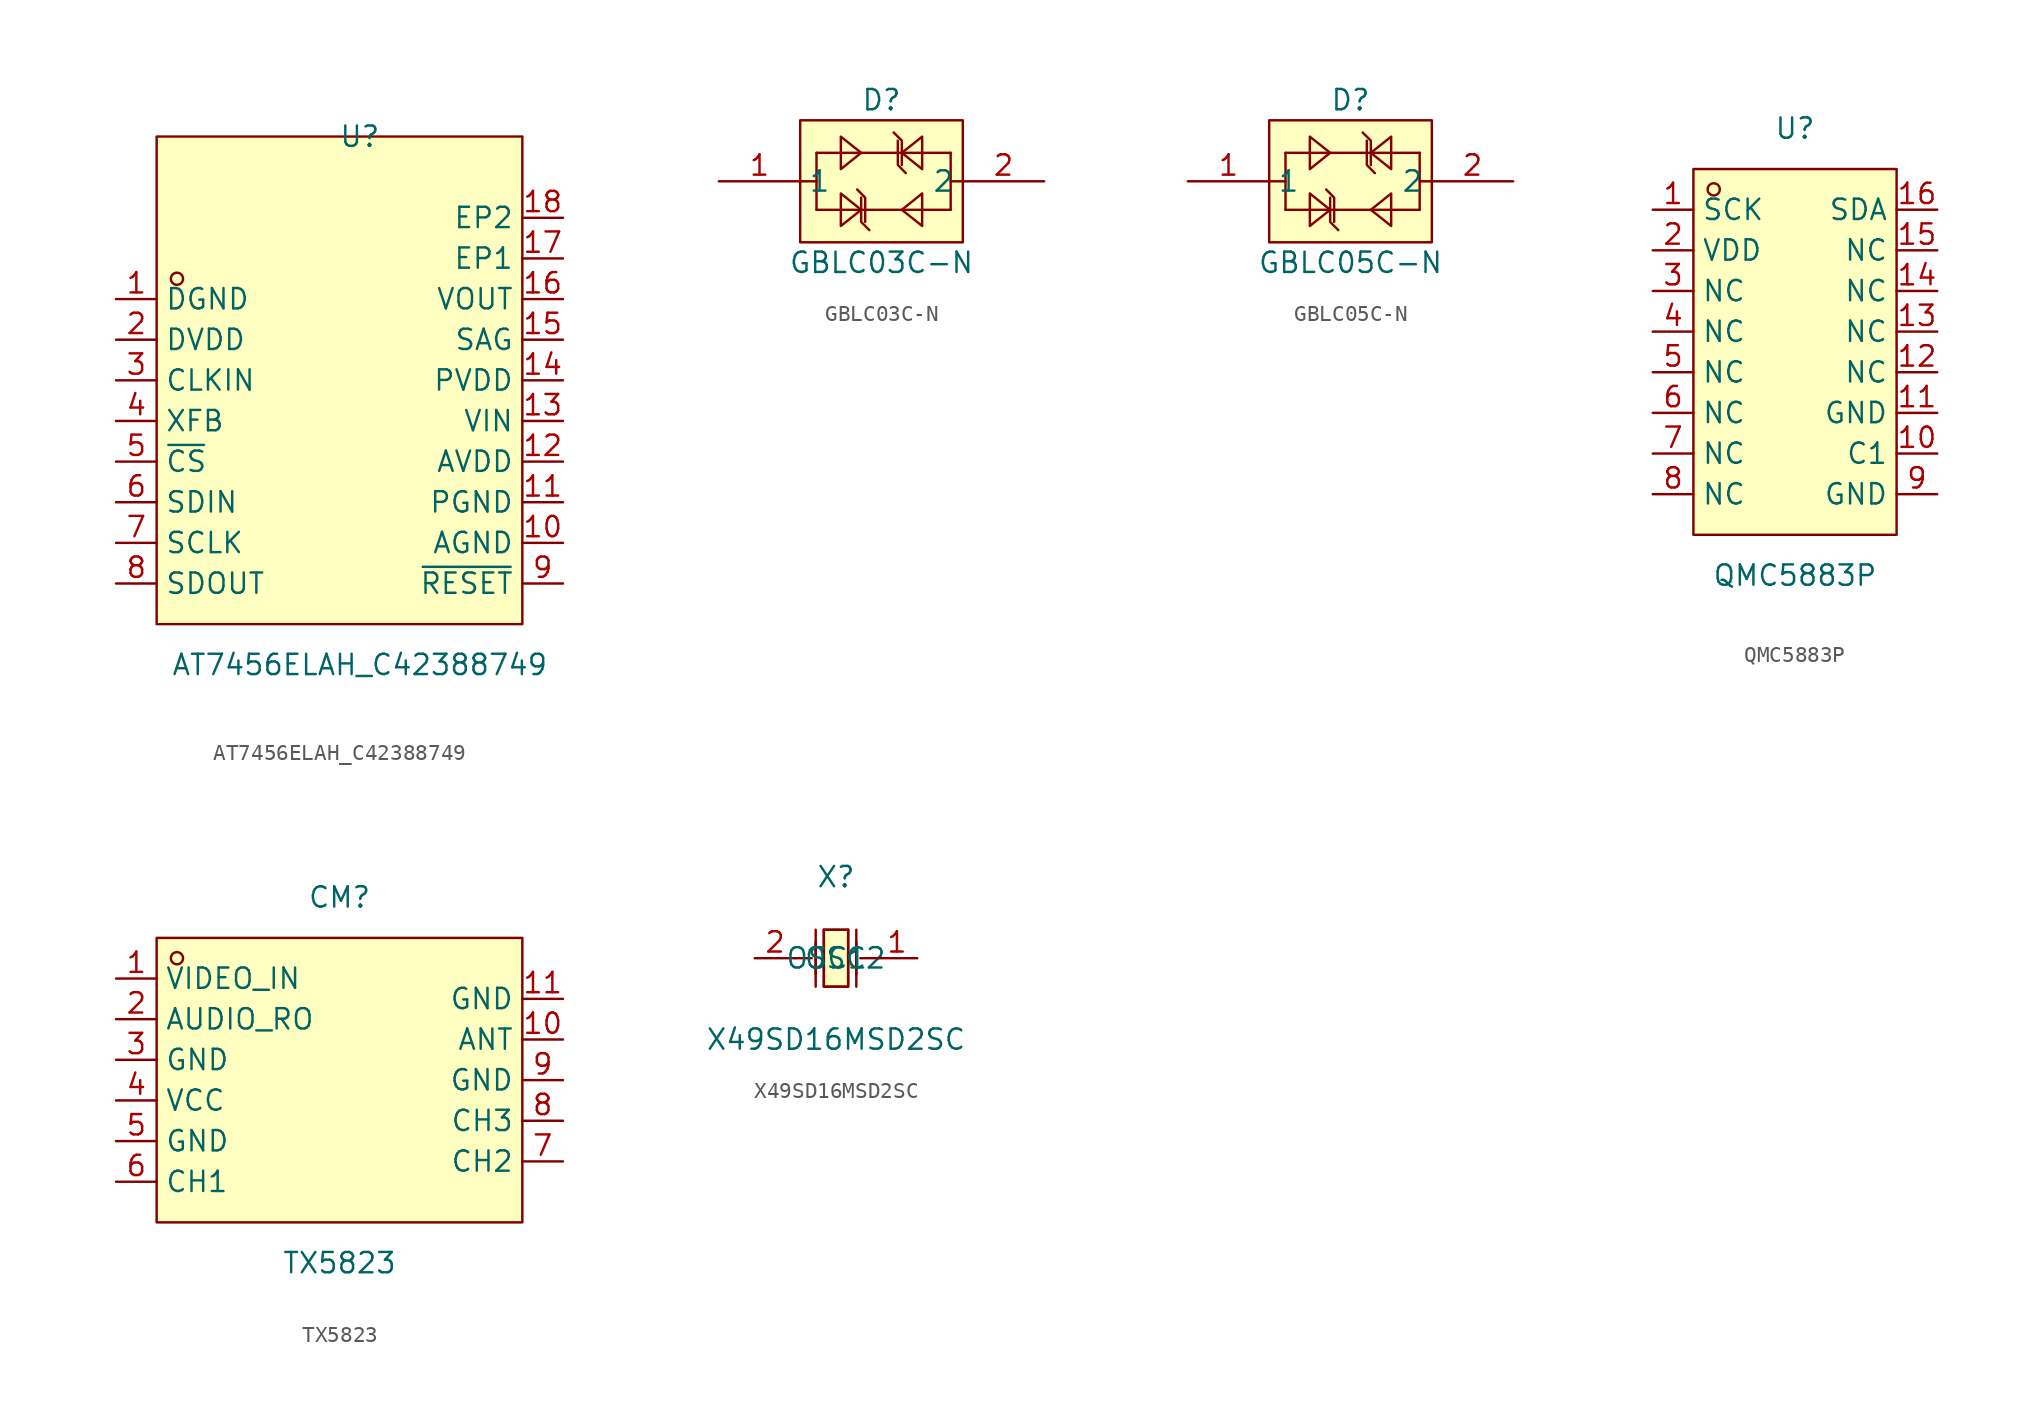
<source format=kicad_sym>
(kicad_symbol_lib
  (version 20211014)
  (generator https://github.com/uPesy/easyeda2kicad.py)
  (symbol "AT7456ELAH_C42388749"
    (property "Reference" "U"
      (at 0 17.78 0)
      (effects (font (size 1.27 1.27))))
    (property "Value" "AT7456ELAH_C42388749"
      (at 0 -15.24 0)
      (effects (font (size 1.27 1.27))))
    (symbol "AT7456ELAH_C42388749_0_1"
      (rectangle (start -12.70 17.78) (end 10.16 -12.70) (stroke (width 0) (type default) (color 0 0 0 0)) (fill (type background)))
      (circle (center -11.43 8.89) (radius 0.38) (stroke (width 0) (type default) (color 0 0 0 0)) (fill (type none)))
      (pin unspecified line (at 12.70 12.70 180) (length 2.54) (name "EP2" (effects (font (size 1.27 1.27)))) (number "18" (effects (font (size 1.27 1.27)))))
      (pin unspecified line (at 12.70 10.16 180) (length 2.54) (name "EP1" (effects (font (size 1.27 1.27)))) (number "17" (effects (font (size 1.27 1.27)))))
      (pin unspecified line (at 12.70 7.62 180) (length 2.54) (name "VOUT" (effects (font (size 1.27 1.27)))) (number "16" (effects (font (size 1.27 1.27)))))
      (pin unspecified line (at 12.70 5.08 180) (length 2.54) (name "SAG" (effects (font (size 1.27 1.27)))) (number "15" (effects (font (size 1.27 1.27)))))
      (pin unspecified line (at 12.70 2.54 180) (length 2.54) (name "PVDD" (effects (font (size 1.27 1.27)))) (number "14" (effects (font (size 1.27 1.27)))))
      (pin unspecified line (at 12.70 -0.00 180) (length 2.54) (name "VIN" (effects (font (size 1.27 1.27)))) (number "13" (effects (font (size 1.27 1.27)))))
      (pin unspecified line (at 12.70 -2.54 180) (length 2.54) (name "AVDD" (effects (font (size 1.27 1.27)))) (number "12" (effects (font (size 1.27 1.27)))))
      (pin unspecified line (at 12.70 -5.08 180) (length 2.54) (name "PGND" (effects (font (size 1.27 1.27)))) (number "11" (effects (font (size 1.27 1.27)))))
      (pin unspecified line (at 12.70 -7.62 180) (length 2.54) (name "AGND" (effects (font (size 1.27 1.27)))) (number "10" (effects (font (size 1.27 1.27)))))
      (pin unspecified line (at 12.70 -10.16 180) (length 2.54) (name "~{RESET}" (effects (font (size 1.27 1.27)))) (number "9" (effects (font (size 1.27 1.27)))))
      (pin unspecified line (at -15.24 -10.16 0) (length 2.54) (name "SDOUT" (effects (font (size 1.27 1.27)))) (number "8" (effects (font (size 1.27 1.27)))))
      (pin unspecified line (at -15.24 -7.62 0) (length 2.54) (name "SCLK" (effects (font (size 1.27 1.27)))) (number "7" (effects (font (size 1.27 1.27)))))
      (pin unspecified line (at -15.24 -5.08 0) (length 2.54) (name "SDIN" (effects (font (size 1.27 1.27)))) (number "6" (effects (font (size 1.27 1.27)))))
      (pin unspecified line (at -15.24 -2.54 0) (length 2.54) (name "~{CS}" (effects (font (size 1.27 1.27)))) (number "5" (effects (font (size 1.27 1.27)))))
      (pin unspecified line (at -15.24 -0.00 0) (length 2.54) (name "XFB" (effects (font (size 1.27 1.27)))) (number "4" (effects (font (size 1.27 1.27)))))
      (pin unspecified line (at -15.24 2.54 0) (length 2.54) (name "CLKIN" (effects (font (size 1.27 1.27)))) (number "3" (effects (font (size 1.27 1.27)))))
      (pin unspecified line (at -15.24 5.08 0) (length 2.54) (name "DVDD" (effects (font (size 1.27 1.27)))) (number "2" (effects (font (size 1.27 1.27)))))
      (pin unspecified line (at -15.24 7.62 0) (length 2.54) (name "DGND" (effects (font (size 1.27 1.27)))) (number "1" (effects (font (size 1.27 1.27)))))))
  (symbol "GBLC03C-N"
    (property "Reference" "D"
      (at 0 5.08 0)
      (effects (font (size 1.27 1.27))))
    (property "Value" "GBLC03C-N"
      (at 0 -5.08 0)
      (effects (font (size 1.27 1.27))))
    (symbol "GBLC03C-N_0_1"
      (rectangle (start -5.08 3.81) (end 5.08 -3.81) (stroke (width 0) (type default) (color 0 0 0 0)) (fill (type background)))
      (polyline (pts (xy -5.08 -0.00) (xy -4.06 -0.00)) (stroke (width 0) (type default) (color 0 0 0 0)) (fill (type none)))
      (polyline (pts (xy 5.08 -0.00) (xy 4.32 -0.00)) (stroke (width 0) (type default) (color 0 0 0 0)) (fill (type none)))
      (polyline (pts (xy -4.06 1.78) (xy -4.06 -1.78)) (stroke (width 0) (type default) (color 0 0 0 0)) (fill (type none)))
      (polyline (pts (xy 4.32 1.78) (xy 4.32 -1.78)) (stroke (width 0) (type default) (color 0 0 0 0)) (fill (type none)))
      (polyline (pts (xy -4.06 1.78) (xy 4.32 1.78)) (stroke (width 0) (type default) (color 0 0 0 0)) (fill (type none)))
      (polyline (pts (xy -4.06 -1.78) (xy 4.32 -1.78)) (stroke (width 0) (type default) (color 0 0 0 0)) (fill (type none)))
      (polyline (pts (xy 1.27 1.78) (xy 2.54 2.79) (xy 2.54 0.76) (xy 1.27 1.78) (xy 1.27 1.78)) (stroke (width 0) (type default) (color 0 0 0 0)) (fill (type background)))
      (polyline (pts (xy -1.27 -1.78) (xy -2.54 -2.79) (xy -2.54 -0.76) (xy -1.27 -1.78) (xy -1.27 -1.78)) (stroke (width 0) (type default) (color 0 0 0 0)) (fill (type background)))
      (polyline (pts (xy -1.27 1.78) (xy -2.54 0.76) (xy -2.54 2.79) (xy -1.27 1.78)) (stroke (width 0) (type default) (color 0 0 0 0)) (fill (type background)))
      (polyline (pts (xy 0.76 3.05) (xy 1.27 2.54) (xy 1.27 1.02) (xy 1.27 1.02)) (stroke (width 0) (type default) (color 0 0 0 0)) (fill (type none)))
      (polyline (pts (xy 1.27 -1.78) (xy 2.54 -0.76) (xy 2.54 -2.79) (xy 1.27 -1.78)) (stroke (width 0) (type default) (color 0 0 0 0)) (fill (type background)))
      (polyline (pts (xy 1.52 0.51) (xy 1.02 1.02) (xy 1.02 2.54) (xy 1.02 2.54)) (stroke (width 0) (type default) (color 0 0 0 0)) (fill (type none)))
      (polyline (pts (xy -1.52 -0.51) (xy -1.02 -1.02) (xy -1.02 -2.54) (xy -1.02 -2.54)) (stroke (width 0) (type default) (color 0 0 0 0)) (fill (type none)))
      (polyline (pts (xy -0.76 -3.05) (xy -1.27 -2.54) (xy -1.27 -1.02) (xy -1.27 -1.02)) (stroke (width 0) (type default) (color 0 0 0 0)) (fill (type none)))
      (pin unspecified line (at -10.16 -0.00 0) (length 5.08) (name "1" (effects (font (size 1.27 1.27)))) (number "1" (effects (font (size 1.27 1.27)))))
      (pin unspecified line (at 10.16 -0.00 180) (length 5.08) (name "2" (effects (font (size 1.27 1.27)))) (number "2" (effects (font (size 1.27 1.27)))))))
  (symbol "GBLC05C-N"
    (property "Reference" "D"
      (at 0 5.08 0)
      (effects (font (size 1.27 1.27))))
    (property "Value" "GBLC05C-N"
      (at 0 -5.08 0)
      (effects (font (size 1.27 1.27))))
    (symbol "GBLC05C-N_0_1"
      (rectangle (start -5.08 3.81) (end 5.08 -3.81) (stroke (width 0) (type default) (color 0 0 0 0)) (fill (type background)))
      (polyline (pts (xy -5.08 -0.00) (xy -4.06 -0.00)) (stroke (width 0) (type default) (color 0 0 0 0)) (fill (type none)))
      (polyline (pts (xy 5.08 -0.00) (xy 4.32 -0.00)) (stroke (width 0) (type default) (color 0 0 0 0)) (fill (type none)))
      (polyline (pts (xy -4.06 1.78) (xy -4.06 -1.78)) (stroke (width 0) (type default) (color 0 0 0 0)) (fill (type none)))
      (polyline (pts (xy 4.32 1.78) (xy 4.32 -1.78)) (stroke (width 0) (type default) (color 0 0 0 0)) (fill (type none)))
      (polyline (pts (xy -4.06 1.78) (xy 4.32 1.78)) (stroke (width 0) (type default) (color 0 0 0 0)) (fill (type none)))
      (polyline (pts (xy -4.06 -1.78) (xy 4.32 -1.78)) (stroke (width 0) (type default) (color 0 0 0 0)) (fill (type none)))
      (polyline (pts (xy 1.27 1.78) (xy 2.54 2.79) (xy 2.54 0.76) (xy 1.27 1.78) (xy 1.27 1.78)) (stroke (width 0) (type default) (color 0 0 0 0)) (fill (type background)))
      (polyline (pts (xy -1.27 -1.78) (xy -2.54 -2.79) (xy -2.54 -0.76) (xy -1.27 -1.78) (xy -1.27 -1.78)) (stroke (width 0) (type default) (color 0 0 0 0)) (fill (type background)))
      (polyline (pts (xy -1.27 1.78) (xy -2.54 0.76) (xy -2.54 2.79) (xy -1.27 1.78)) (stroke (width 0) (type default) (color 0 0 0 0)) (fill (type background)))
      (polyline (pts (xy 0.76 3.05) (xy 1.27 2.54) (xy 1.27 1.02) (xy 1.27 1.02)) (stroke (width 0) (type default) (color 0 0 0 0)) (fill (type none)))
      (polyline (pts (xy 1.27 -1.78) (xy 2.54 -0.76) (xy 2.54 -2.79) (xy 1.27 -1.78)) (stroke (width 0) (type default) (color 0 0 0 0)) (fill (type background)))
      (polyline (pts (xy 1.52 0.51) (xy 1.02 1.02) (xy 1.02 2.54) (xy 1.02 2.54)) (stroke (width 0) (type default) (color 0 0 0 0)) (fill (type none)))
      (polyline (pts (xy -1.52 -0.51) (xy -1.02 -1.02) (xy -1.02 -2.54) (xy -1.02 -2.54)) (stroke (width 0) (type default) (color 0 0 0 0)) (fill (type none)))
      (polyline (pts (xy -0.76 -3.05) (xy -1.27 -2.54) (xy -1.27 -1.02) (xy -1.27 -1.02)) (stroke (width 0) (type default) (color 0 0 0 0)) (fill (type none)))
      (pin unspecified line (at -10.16 -0.00 0) (length 5.08) (name "1" (effects (font (size 1.27 1.27)))) (number "1" (effects (font (size 1.27 1.27)))))
      (pin unspecified line (at 10.16 -0.00 180) (length 5.08) (name "2" (effects (font (size 1.27 1.27)))) (number "2" (effects (font (size 1.27 1.27)))))))
  (symbol "QMC5883P"
    (property "Reference" "U"
      (at 0 13.97 0)
      (effects (font (size 1.27 1.27))))
    (property "Value" "QMC5883P"
      (at 0 -13.97 0)
      (effects (font (size 1.27 1.27))))
    (symbol "QMC5883P_0_1"
      (rectangle (start -6.35 11.43) (end 6.35 -11.43) (stroke (width 0) (type default) (color 0 0 0 0)) (fill (type background)))
      (circle (center -5.08 10.16) (radius 0.38) (stroke (width 0) (type default) (color 0 0 0 0)) (fill (type none)))
      (pin unspecified line (at -8.89 8.89 0) (length 2.54) (name "SCK" (effects (font (size 1.27 1.27)))) (number "1" (effects (font (size 1.27 1.27)))))
      (pin unspecified line (at -8.89 6.35 0) (length 2.54) (name "VDD" (effects (font (size 1.27 1.27)))) (number "2" (effects (font (size 1.27 1.27)))))
      (pin unspecified line (at -8.89 3.81 0) (length 2.54) (name "NC" (effects (font (size 1.27 1.27)))) (number "3" (effects (font (size 1.27 1.27)))))
      (pin unspecified line (at -8.89 1.27 0) (length 2.54) (name "NC" (effects (font (size 1.27 1.27)))) (number "4" (effects (font (size 1.27 1.27)))))
      (pin unspecified line (at -8.89 -1.27 0) (length 2.54) (name "NC" (effects (font (size 1.27 1.27)))) (number "5" (effects (font (size 1.27 1.27)))))
      (pin unspecified line (at -8.89 -3.81 0) (length 2.54) (name "NC" (effects (font (size 1.27 1.27)))) (number "6" (effects (font (size 1.27 1.27)))))
      (pin unspecified line (at -8.89 -6.35 0) (length 2.54) (name "NC" (effects (font (size 1.27 1.27)))) (number "7" (effects (font (size 1.27 1.27)))))
      (pin unspecified line (at -8.89 -8.89 0) (length 2.54) (name "NC" (effects (font (size 1.27 1.27)))) (number "8" (effects (font (size 1.27 1.27)))))
      (pin unspecified line (at 8.89 -8.89 180) (length 2.54) (name "GND" (effects (font (size 1.27 1.27)))) (number "9" (effects (font (size 1.27 1.27)))))
      (pin unspecified line (at 8.89 -6.35 180) (length 2.54) (name "C1" (effects (font (size 1.27 1.27)))) (number "10" (effects (font (size 1.27 1.27)))))
      (pin unspecified line (at 8.89 -3.81 180) (length 2.54) (name "GND" (effects (font (size 1.27 1.27)))) (number "11" (effects (font (size 1.27 1.27)))))
      (pin unspecified line (at 8.89 -1.27 180) (length 2.54) (name "NC" (effects (font (size 1.27 1.27)))) (number "12" (effects (font (size 1.27 1.27)))))
      (pin unspecified line (at 8.89 1.27 180) (length 2.54) (name "NC" (effects (font (size 1.27 1.27)))) (number "13" (effects (font (size 1.27 1.27)))))
      (pin unspecified line (at 8.89 3.81 180) (length 2.54) (name "NC" (effects (font (size 1.27 1.27)))) (number "14" (effects (font (size 1.27 1.27)))))
      (pin unspecified line (at 8.89 6.35 180) (length 2.54) (name "NC" (effects (font (size 1.27 1.27)))) (number "15" (effects (font (size 1.27 1.27)))))
      (pin unspecified line (at 8.89 8.89 180) (length 2.54) (name "SDA" (effects (font (size 1.27 1.27)))) (number "16" (effects (font (size 1.27 1.27)))))))
  (symbol "TX5823"
    (property "Reference" "CM"
      (at 0 11.43 0)
      (effects (font (size 1.27 1.27))))
    (property "Value" "TX5823"
      (at 0 -11.43 0)
      (effects (font (size 1.27 1.27))))
    (symbol "TX5823_0_1"
      (rectangle (start -11.43 8.89) (end 11.43 -8.89) (stroke (width 0) (type default) (color 0 0 0 0)) (fill (type background)))
      (circle (center -10.16 7.62) (radius 0.38) (stroke (width 0) (type default) (color 0 0 0 0)) (fill (type none)))
      (pin unspecified line (at -13.97 6.35 0) (length 2.54) (name "VIDEO_IN" (effects (font (size 1.27 1.27)))) (number "1" (effects (font (size 1.27 1.27)))))
      (pin unspecified line (at -13.97 3.81 0) (length 2.54) (name "AUDIO_RO" (effects (font (size 1.27 1.27)))) (number "2" (effects (font (size 1.27 1.27)))))
      (pin unspecified line (at -13.97 1.27 0) (length 2.54) (name "GND" (effects (font (size 1.27 1.27)))) (number "3" (effects (font (size 1.27 1.27)))))
      (pin unspecified line (at -13.97 -1.27 0) (length 2.54) (name "VCC" (effects (font (size 1.27 1.27)))) (number "4" (effects (font (size 1.27 1.27)))))
      (pin unspecified line (at -13.97 -3.81 0) (length 2.54) (name "GND" (effects (font (size 1.27 1.27)))) (number "5" (effects (font (size 1.27 1.27)))))
      (pin unspecified line (at -13.97 -6.35 0) (length 2.54) (name "CH1" (effects (font (size 1.27 1.27)))) (number "6" (effects (font (size 1.27 1.27)))))
      (pin unspecified line (at 13.97 -5.08 180) (length 2.54) (name "CH2" (effects (font (size 1.27 1.27)))) (number "7" (effects (font (size 1.27 1.27)))))
      (pin unspecified line (at 13.97 -2.54 180) (length 2.54) (name "CH3" (effects (font (size 1.27 1.27)))) (number "8" (effects (font (size 1.27 1.27)))))
      (pin unspecified line (at 13.97 -0.00 180) (length 2.54) (name "GND" (effects (font (size 1.27 1.27)))) (number "9" (effects (font (size 1.27 1.27)))))
      (pin unspecified line (at 13.97 2.54 180) (length 2.54) (name "ANT" (effects (font (size 1.27 1.27)))) (number "10" (effects (font (size 1.27 1.27)))))
      (pin unspecified line (at 13.97 5.08 180) (length 2.54) (name "GND" (effects (font (size 1.27 1.27)))) (number "11" (effects (font (size 1.27 1.27)))))))
  (symbol "X49SD16MSD2SC"
    (property "Reference" "X"
      (at 0 5.08 0)
      (effects (font (size 1.27 1.27))))
    (property "Value" "X49SD16MSD2SC"
      (at 0 -5.08 0)
      (effects (font (size 1.27 1.27))))
    (symbol "X49SD16MSD2SC_0_1"
      (polyline (pts (xy 1.27 1.02) (xy 1.27 -1.02)) (stroke (width 0) (type default) (color 0 0 0 0)) (fill (type none)))
      (polyline (pts (xy -0.76 1.78) (xy 0.76 1.78)) (stroke (width 0) (type default) (color 0 0 0 0)) (fill (type none)))
      (polyline (pts (xy -1.27 1.02) (xy -1.27 -1.02)) (stroke (width 0) (type default) (color 0 0 0 0)) (fill (type none)))
      (polyline (pts (xy 0.76 1.78) (xy 0.76 -1.78) (xy -0.76 -1.78) (xy -0.76 1.78)) (stroke (width 0) (type default) (color 0 0 0 0)) (fill (type none)))
      (polyline (pts (xy -2.54 -0.00) (xy -1.52 -0.00)) (stroke (width 0) (type default) (color 0 0 0 0)) (fill (type none)))
      (polyline (pts (xy 2.54 -0.00) (xy 1.52 -0.00)) (stroke (width 0) (type default) (color 0 0 0 0)) (fill (type none)))
      (polyline (pts (xy -1.27 1.78) (xy -1.27 -1.78)) (stroke (width 0) (type default) (color 0 0 0 0)) (fill (type none)))
      (polyline (pts (xy 1.27 1.78) (xy 1.27 -1.78)) (stroke (width 0) (type default) (color 0 0 0 0)) (fill (type none)))
      (polyline (pts (xy -0.76 -1.78) (xy -0.76 1.78) (xy 0.76 1.78) (xy 0.76 -1.78) (xy -0.76 -1.78)) (stroke (width 0) (type default) (color 0 0 0 0)) (fill (type background)))
      (pin input line (at 5.08 -0.00 180) (length 2.54) (name "OSC1" (effects (font (size 1.27 1.27)))) (number "1" (effects (font (size 1.27 1.27)))))
      (pin input line (at -5.08 -0.00 0) (length 2.54) (name "OSC2" (effects (font (size 1.27 1.27)))) (number "2" (effects (font (size 1.27 1.27))))))))
</source>
